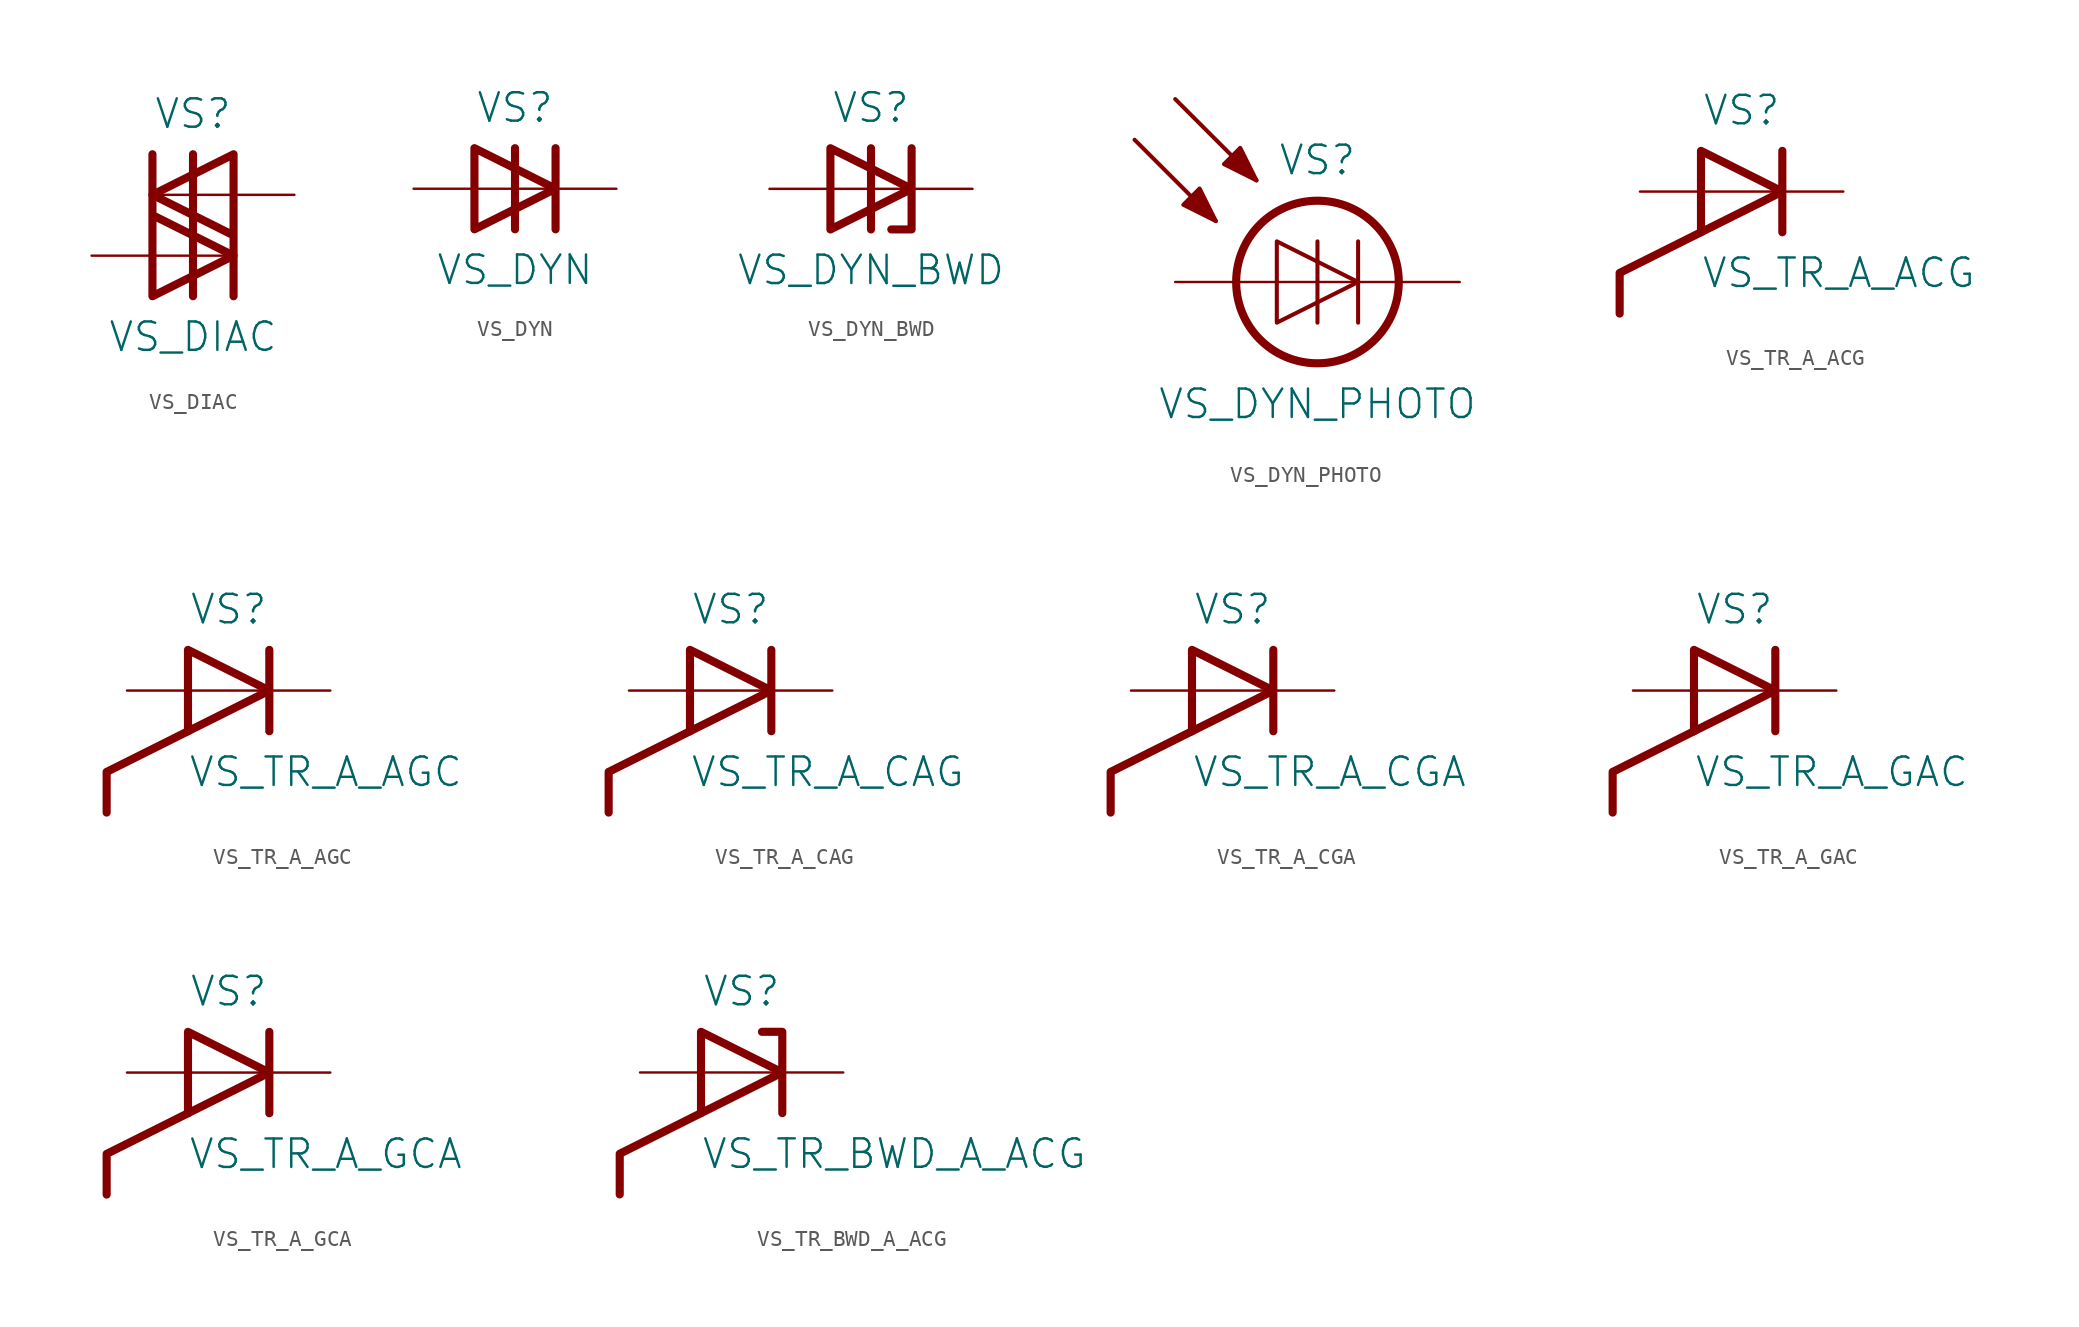
<source format=kicad_sym>
(kicad_symbol_lib
  (version 20211014)
  (generator kicad_symbol_editor)
  (symbol "VS_DIAC"
    (pin_names
      (offset 0))
    (property "Reference" "VS"
      (at 0 7.62 0)
      (effects (font (size 1.778 1.778))))
    (property "Value" "VS_DIAC"
      (at 0 -6.35 0)
      (effects (font (size 1.778 1.778))))
    (symbol "VS_DIAC_0_1"
      (polyline (pts (xy -6.35 -1.27) (xy 2.54 -1.27)) (stroke (width 0) (type default) (color 0 0 0 0)) (fill (type none)))
      (polyline (pts (xy -2.54 2.54) (xy 6.35 2.54)) (stroke (width 0) (type default) (color 0 0 0 0)) (fill (type none)))
      (polyline (pts (xy 0 5.08) (xy 0 -3.81)) (stroke (width 0.508) (type default) (color 0 0 0 0)) (fill (type none)))
      (polyline (pts (xy -2.54 5.08) (xy -2.54 -3.81) (xy 2.54 -1.27) (xy -2.54 1.27)) (stroke (width 0.508) (type default) (color 0 0 0 0)) (fill (type none)))
      (polyline (pts (xy 2.54 -3.81) (xy 2.54 5.08) (xy -2.54 2.54) (xy 2.54 0)) (stroke (width 0.508) (type default) (color 0 0 0 0)) (fill (type none))))
    (symbol "VS_DIAC_1_1"
      (pin passive line (at -6.35 -1.27 0) (length 2.54) hide (name "~" (effects (font (size 1.27 1.27)))) (number "1" (effects (font (size 1.27 1.27)))))
      (pin passive line (at 6.35 2.54 180) (length 2.54) hide (name "~" (effects (font (size 1.27 1.27)))) (number "2" (effects (font (size 1.27 1.27)))))))
  (symbol "VS_DYN"
    (pin_names
      (offset 0))
    (property "Reference" "VS"
      (at 0 5.08 0)
      (effects (font (size 1.778 1.778))))
    (property "Value" "VS_DYN"
      (at 0 -5.08 0)
      (effects (font (size 1.778 1.778))))
    (symbol "VS_DYN_0_1"
      (polyline (pts (xy -6.35 0) (xy 6.35 0)) (stroke (width 0) (type default) (color 0 0 0 0)) (fill (type none)))
      (polyline (pts (xy 0 2.54) (xy 0 -2.54)) (stroke (width 0.508) (type default) (color 0 0 0 0)) (fill (type none)))
      (polyline (pts (xy 2.54 2.54) (xy 2.54 0) (xy -2.54 2.54) (xy -2.54 -2.54) (xy 2.54 0) (xy 2.54 -2.54)) (stroke (width 0.508) (type default) (color 0 0 0 0)) (fill (type none))))
    (symbol "VS_DYN_1_1"
      (pin passive line (at -6.35 0 0) (length 2.54) hide (name "A" (effects (font (size 1.27 1.27)))) (number "1" (effects (font (size 1.27 1.27)))))
      (pin passive line (at 6.35 0 180) (length 2.54) hide (name "C" (effects (font (size 1.27 1.27)))) (number "2" (effects (font (size 1.27 1.27)))))))
  (symbol "VS_DYN_BWD"
    (pin_names
      (offset 0))
    (property "Reference" "VS"
      (at 0 5.08 0)
      (effects (font (size 1.778 1.778))))
    (property "Value" "VS_DYN_BWD"
      (at 0 -5.08 0)
      (effects (font (size 1.778 1.778))))
    (symbol "VS_DYN_BWD_0_1"
      (polyline (pts (xy -6.35 0) (xy 6.35 0)) (stroke (width 0) (type default) (color 0 0 0 0)) (fill (type none)))
      (polyline (pts (xy 0 2.54) (xy 0 -2.54)) (stroke (width 0.508) (type default) (color 0 0 0 0)) (fill (type none)))
      (polyline (pts (xy 2.54 2.54) (xy 2.54 0) (xy -2.54 2.54) (xy -2.54 -2.54) (xy 2.54 0) (xy 2.54 -2.54) (xy 1.27 -2.54)) (stroke (width 0.508) (type default) (color 0 0 0 0)) (fill (type none))))
    (symbol "VS_DYN_BWD_1_1"
      (pin passive line (at -6.35 0 0) (length 2.54) hide (name "A" (effects (font (size 1.27 1.27)))) (number "1" (effects (font (size 1.27 1.27)))))
      (pin passive line (at 6.35 0 180) (length 2.54) hide (name "C" (effects (font (size 1.27 1.27)))) (number "2" (effects (font (size 1.27 1.27)))))))
  (symbol "VS_DYN_PHOTO"
    (pin_names
      (offset 0))
    (property "Reference" "VS"
      (at 0 7.62 0)
      (effects (font (size 1.778 1.778))))
    (property "Value" "VS_DYN_PHOTO"
      (at 0 -7.62 0)
      (effects (font (size 1.778 1.778))))
    (symbol "VS_DYN_PHOTO_0_1"
      (polyline (pts (xy -11.43 8.89) (xy -6.35 3.81)) (stroke (width 0.254) (type default) (color 0 0 0 0)) (fill (type none)))
      (polyline (pts (xy -8.89 0) (xy 8.89 0)) (stroke (width 0) (type default) (color 0 0 0 0)) (fill (type none)))
      (polyline (pts (xy -8.89 11.43) (xy -3.81 6.35)) (stroke (width 0.254) (type default) (color 0 0 0 0)) (fill (type none)))
      (polyline (pts (xy 0 2.54) (xy 0 -2.54)) (stroke (width 0.254) (type default) (color 0 0 0 0)) (fill (type none)))
      (polyline (pts (xy -6.35 3.81) (xy -8.382 4.826) (xy -7.366 5.842) (xy -6.35 3.81)) (stroke (width 0.254) (type default) (color 0 0 0 0)) (fill (type outline)))
      (polyline (pts (xy -3.81 6.35) (xy -5.842 7.366) (xy -4.826 8.382) (xy -3.81 6.35)) (stroke (width 0.254) (type default) (color 0 0 0 0)) (fill (type outline)))
      (polyline (pts (xy 2.54 2.54) (xy 2.54 0) (xy -2.54 2.54) (xy -2.54 -2.54) (xy 2.54 0) (xy 2.54 -2.54)) (stroke (width 0.254) (type default) (color 0 0 0 0)) (fill (type none)))
      (circle (center 0 0) (radius 5.08) (stroke (width 0.508) (type default) (color 0 0 0 0)) (fill (type none))))
    (symbol "VS_DYN_PHOTO_1_1"
      (pin passive line (at -8.89 0 0) (length 2.54) hide (name "A" (effects (font (size 1.27 1.27)))) (number "1" (effects (font (size 1.27 1.27)))))
      (pin passive line (at 8.89 0 180) (length 2.54) hide (name "C" (effects (font (size 1.27 1.27)))) (number "2" (effects (font (size 1.27 1.27)))))))
  (symbol "VS_TR_A_ACG"
    (pin_names
      (offset 0))
    (property "Reference" "VS"
      (at 0 5.08 0)
      (effects (font (size 1.778 1.778))))
    (property "Value" "VS_TR_A_ACG"
      (at -2.54 -5.08 0)
      (effects (font (size 1.778 1.778)) (justify left)))
    (symbol "VS_TR_A_ACG_0_1"
      (polyline (pts (xy -6.35 0) (xy 6.35 0)) (stroke (width 0) (type default) (color 0 0 0 0)) (fill (type none)))
      (polyline (pts (xy -2.54 -2.54) (xy -7.62 -5.08) (xy -7.62 -7.62)) (stroke (width 0.508) (type default) (color 0 0 0 0)) (fill (type none)))
      (polyline (pts (xy 2.54 2.54) (xy 2.54 0) (xy -2.54 2.54) (xy -2.54 -2.54) (xy 2.54 0) (xy 2.54 -2.54)) (stroke (width 0.508) (type default) (color 0 0 0 0)) (fill (type none))))
    (symbol "VS_TR_A_ACG_1_1"
      (pin passive line (at -6.35 0 0) (length 2.54) hide (name "A" (effects (font (size 1.27 1.27)))) (number "1" (effects (font (size 1.27 1.27)))))
      (pin passive line (at 6.35 0 180) (length 2.54) hide (name "C" (effects (font (size 1.27 1.27)))) (number "2" (effects (font (size 1.27 1.27)))))
      (pin passive line (at -7.62 -7.62 90) (length 2.54) hide (name "G" (effects (font (size 1.27 1.27)))) (number "3" (effects (font (size 1.27 1.27)))))))
  (symbol "VS_TR_A_AGC"
    (pin_names
      (offset 0))
    (property "Reference" "VS"
      (at 0 5.08 0)
      (effects (font (size 1.778 1.778))))
    (property "Value" "VS_TR_A_AGC"
      (at -2.54 -5.08 0)
      (effects (font (size 1.778 1.778)) (justify left)))
    (symbol "VS_TR_A_AGC_0_1"
      (polyline (pts (xy -6.35 0) (xy 6.35 0)) (stroke (width 0) (type default) (color 0 0 0 0)) (fill (type none)))
      (polyline (pts (xy -2.54 -2.54) (xy -7.62 -5.08) (xy -7.62 -7.62)) (stroke (width 0.508) (type default) (color 0 0 0 0)) (fill (type none)))
      (polyline (pts (xy 2.54 2.54) (xy 2.54 0) (xy -2.54 2.54) (xy -2.54 -2.54) (xy 2.54 0) (xy 2.54 -2.54)) (stroke (width 0.508) (type default) (color 0 0 0 0)) (fill (type none))))
    (symbol "VS_TR_A_AGC_1_1"
      (pin passive line (at -6.35 0 0) (length 2.54) hide (name "A" (effects (font (size 1.27 1.27)))) (number "1" (effects (font (size 1.27 1.27)))))
      (pin passive line (at -7.62 -7.62 90) (length 2.54) hide (name "G" (effects (font (size 1.27 1.27)))) (number "2" (effects (font (size 1.27 1.27)))))
      (pin passive line (at 6.35 0 180) (length 2.54) hide (name "C" (effects (font (size 1.27 1.27)))) (number "3" (effects (font (size 1.27 1.27)))))))
  (symbol "VS_TR_A_CAG"
    (pin_names
      (offset 0))
    (property "Reference" "VS"
      (at 0 5.08 0)
      (effects (font (size 1.778 1.778))))
    (property "Value" "VS_TR_A_CAG"
      (at -2.54 -5.08 0)
      (effects (font (size 1.778 1.778)) (justify left)))
    (symbol "VS_TR_A_CAG_0_1"
      (polyline (pts (xy -6.35 0) (xy 6.35 0)) (stroke (width 0) (type default) (color 0 0 0 0)) (fill (type none)))
      (polyline (pts (xy -2.54 -2.54) (xy -7.62 -5.08) (xy -7.62 -7.62)) (stroke (width 0.508) (type default) (color 0 0 0 0)) (fill (type none)))
      (polyline (pts (xy 2.54 2.54) (xy 2.54 0) (xy -2.54 2.54) (xy -2.54 -2.54) (xy 2.54 0) (xy 2.54 -2.54)) (stroke (width 0.508) (type default) (color 0 0 0 0)) (fill (type none))))
    (symbol "VS_TR_A_CAG_1_1"
      (pin passive line (at 6.35 0 180) (length 2.54) hide (name "C" (effects (font (size 1.27 1.27)))) (number "1" (effects (font (size 1.27 1.27)))))
      (pin passive line (at -6.35 0 0) (length 2.54) hide (name "A" (effects (font (size 1.27 1.27)))) (number "2" (effects (font (size 1.27 1.27)))))
      (pin passive line (at -7.62 -7.62 90) (length 2.54) hide (name "G" (effects (font (size 1.27 1.27)))) (number "3" (effects (font (size 1.27 1.27)))))))
  (symbol "VS_TR_A_CGA"
    (pin_names
      (offset 0))
    (property "Reference" "VS"
      (at 0 5.08 0)
      (effects (font (size 1.778 1.778))))
    (property "Value" "VS_TR_A_CGA"
      (at -2.54 -5.08 0)
      (effects (font (size 1.778 1.778)) (justify left)))
    (symbol "VS_TR_A_CGA_0_1"
      (polyline (pts (xy -6.35 0) (xy 6.35 0)) (stroke (width 0) (type default) (color 0 0 0 0)) (fill (type none)))
      (polyline (pts (xy -2.54 -2.54) (xy -7.62 -5.08) (xy -7.62 -7.62)) (stroke (width 0.508) (type default) (color 0 0 0 0)) (fill (type none)))
      (polyline (pts (xy 2.54 2.54) (xy 2.54 0) (xy -2.54 2.54) (xy -2.54 -2.54) (xy 2.54 0) (xy 2.54 -2.54)) (stroke (width 0.508) (type default) (color 0 0 0 0)) (fill (type none))))
    (symbol "VS_TR_A_CGA_1_1"
      (pin passive line (at 6.35 0 180) (length 2.54) hide (name "C" (effects (font (size 1.27 1.27)))) (number "1" (effects (font (size 1.27 1.27)))))
      (pin passive line (at -7.62 -7.62 90) (length 2.54) hide (name "G" (effects (font (size 1.27 1.27)))) (number "2" (effects (font (size 1.27 1.27)))))
      (pin passive line (at -6.35 0 0) (length 2.54) hide (name "A" (effects (font (size 1.27 1.27)))) (number "3" (effects (font (size 1.27 1.27)))))))
  (symbol "VS_TR_A_GAC"
    (pin_names
      (offset 0))
    (property "Reference" "VS"
      (at 0 5.08 0)
      (effects (font (size 1.778 1.778))))
    (property "Value" "VS_TR_A_GAC"
      (at -2.54 -5.08 0)
      (effects (font (size 1.778 1.778)) (justify left)))
    (symbol "VS_TR_A_GAC_0_1"
      (polyline (pts (xy -6.35 0) (xy 6.35 0)) (stroke (width 0) (type default) (color 0 0 0 0)) (fill (type none)))
      (polyline (pts (xy -2.54 -2.54) (xy -7.62 -5.08) (xy -7.62 -7.62)) (stroke (width 0.508) (type default) (color 0 0 0 0)) (fill (type none)))
      (polyline (pts (xy 2.54 2.54) (xy 2.54 0) (xy -2.54 2.54) (xy -2.54 -2.54) (xy 2.54 0) (xy 2.54 -2.54)) (stroke (width 0.508) (type default) (color 0 0 0 0)) (fill (type none))))
    (symbol "VS_TR_A_GAC_1_1"
      (pin passive line (at -7.62 -7.62 90) (length 2.54) hide (name "G" (effects (font (size 1.27 1.27)))) (number "1" (effects (font (size 1.27 1.27)))))
      (pin passive line (at -6.35 0 0) (length 2.54) hide (name "A" (effects (font (size 1.27 1.27)))) (number "2" (effects (font (size 1.27 1.27)))))
      (pin passive line (at 6.35 0 180) (length 2.54) hide (name "C" (effects (font (size 1.27 1.27)))) (number "3" (effects (font (size 1.27 1.27)))))))
  (symbol "VS_TR_A_GCA"
    (pin_names
      (offset 0))
    (property "Reference" "VS"
      (at 0 5.08 0)
      (effects (font (size 1.778 1.778))))
    (property "Value" "VS_TR_A_GCA"
      (at -2.54 -5.08 0)
      (effects (font (size 1.778 1.778)) (justify left)))
    (symbol "VS_TR_A_GCA_0_1"
      (polyline (pts (xy -6.35 0) (xy 6.35 0)) (stroke (width 0) (type default) (color 0 0 0 0)) (fill (type none)))
      (polyline (pts (xy -2.54 -2.54) (xy -7.62 -5.08) (xy -7.62 -7.62)) (stroke (width 0.508) (type default) (color 0 0 0 0)) (fill (type none)))
      (polyline (pts (xy 2.54 2.54) (xy 2.54 0) (xy -2.54 2.54) (xy -2.54 -2.54) (xy 2.54 0) (xy 2.54 -2.54)) (stroke (width 0.508) (type default) (color 0 0 0 0)) (fill (type none))))
    (symbol "VS_TR_A_GCA_1_1"
      (pin passive line (at -7.62 -7.62 90) (length 2.54) hide (name "G" (effects (font (size 1.27 1.27)))) (number "1" (effects (font (size 1.27 1.27)))))
      (pin passive line (at 6.35 0 180) (length 2.54) hide (name "C" (effects (font (size 1.27 1.27)))) (number "2" (effects (font (size 1.27 1.27)))))
      (pin passive line (at -6.35 0 0) (length 2.54) hide (name "A" (effects (font (size 1.27 1.27)))) (number "3" (effects (font (size 1.27 1.27)))))))
  (symbol "VS_TR_BWD_A_ACG"
    (pin_names
      (offset 0))
    (property "Reference" "VS"
      (at 0 5.08 0)
      (effects (font (size 1.778 1.778))))
    (property "Value" "VS_TR_BWD_A_ACG"
      (at -2.54 -5.08 0)
      (effects (font (size 1.778 1.778)) (justify left)))
    (symbol "VS_TR_BWD_A_ACG_0_1"
      (polyline (pts (xy -6.35 0) (xy 6.35 0)) (stroke (width 0) (type default) (color 0 0 0 0)) (fill (type none)))
      (polyline (pts (xy -2.54 -2.54) (xy -7.62 -5.08) (xy -7.62 -7.62)) (stroke (width 0.508) (type default) (color 0 0 0 0)) (fill (type none)))
      (polyline (pts (xy 1.27 2.54) (xy 2.54 2.54) (xy 2.54 0) (xy -2.54 2.54) (xy -2.54 -2.54) (xy 2.54 0) (xy 2.54 -2.54)) (stroke (width 0.508) (type default) (color 0 0 0 0)) (fill (type none))))
    (symbol "VS_TR_BWD_A_ACG_1_1"
      (pin passive line (at -6.35 0 0) (length 2.54) hide (name "A" (effects (font (size 1.27 1.27)))) (number "1" (effects (font (size 1.27 1.27)))))
      (pin passive line (at 6.35 0 180) (length 2.54) hide (name "C" (effects (font (size 1.27 1.27)))) (number "2" (effects (font (size 1.27 1.27)))))
      (pin passive line (at -7.62 -7.62 90) (length 2.54) hide (name "G" (effects (font (size 1.27 1.27)))) (number "3" (effects (font (size 1.27 1.27))))))))
</source>
